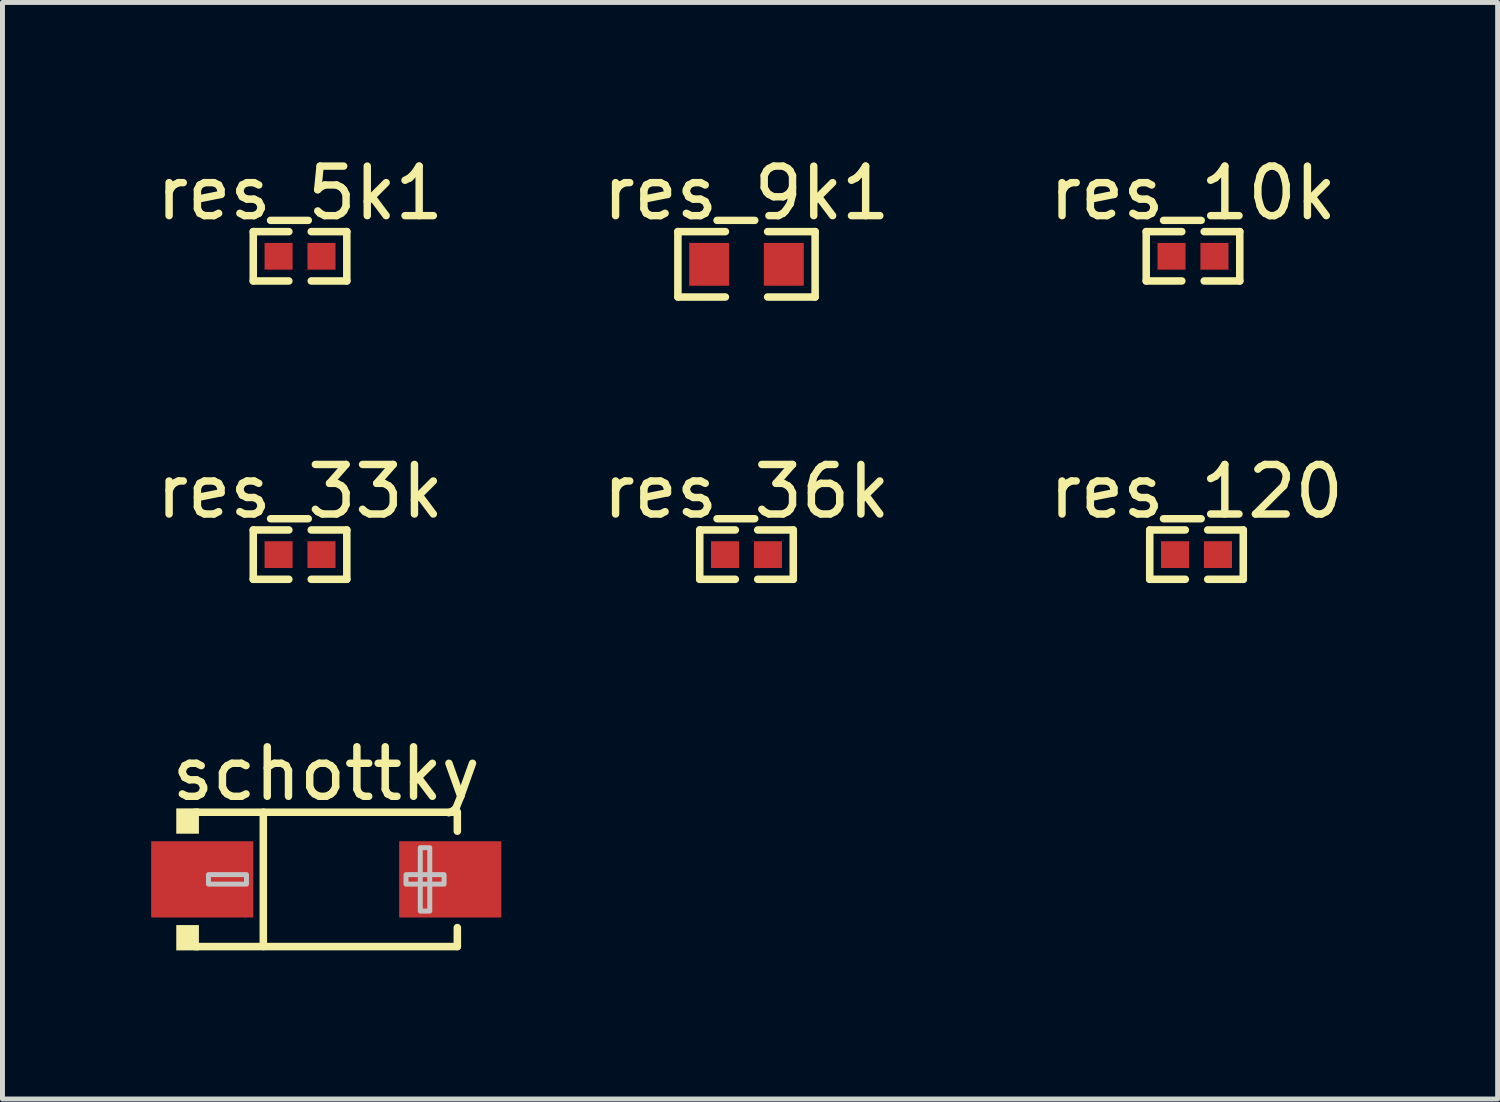
<source format=kicad_pcb>
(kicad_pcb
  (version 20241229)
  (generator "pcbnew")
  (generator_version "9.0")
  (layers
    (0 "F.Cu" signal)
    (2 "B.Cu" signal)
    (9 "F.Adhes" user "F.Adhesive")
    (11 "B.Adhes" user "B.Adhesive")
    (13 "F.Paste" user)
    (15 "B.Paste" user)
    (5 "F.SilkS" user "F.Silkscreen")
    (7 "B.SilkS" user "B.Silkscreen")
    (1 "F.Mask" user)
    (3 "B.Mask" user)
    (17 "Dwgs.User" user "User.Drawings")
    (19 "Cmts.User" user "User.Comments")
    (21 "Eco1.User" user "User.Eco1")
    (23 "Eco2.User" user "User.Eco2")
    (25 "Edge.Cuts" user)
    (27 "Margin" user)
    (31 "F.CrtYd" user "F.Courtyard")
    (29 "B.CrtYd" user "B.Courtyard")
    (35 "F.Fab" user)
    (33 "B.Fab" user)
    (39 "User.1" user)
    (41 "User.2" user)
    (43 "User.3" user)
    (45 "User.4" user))
  (footprint "res_5k1"
    (layer "F.Cu")
    (at 3.006 2.123)
    (property "Reference" "res_5k1" (at 0 -1.275 0) (layer "F.SilkS") (effects (font (size 1 1) (thickness 0.15))))
    (fp_line (start -0.944 -0.498) (end -0.226 -0.498) (stroke (width 0.152) (type default)) (layer "F.SilkS"))
    (fp_line (start -0.944 0.498) (end -0.944 -0.498) (stroke (width 0.152) (type default)) (layer "F.SilkS"))
    (fp_line (start -0.226 0.498) (end -0.944 0.498) (stroke (width 0.152) (type default)) (layer "F.SilkS"))
    (fp_line (start 0.226 0.498) (end 0.944 0.498) (stroke (width 0.152) (type default)) (layer "F.SilkS"))
    (fp_line (start 0.944 -0.498) (end 0.226 -0.498) (stroke (width 0.152) (type default)) (layer "F.SilkS"))
    (fp_line (start 0.944 0.498) (end 0.944 -0.498) (stroke (width 0.152) (type default)) (layer "F.SilkS"))
    (fp_poly (pts (xy -0.135 0.23) (xy -0.135 -0.23) (xy -0.175 -0.27) (xy -0.675 -0.27) (xy -0.716 -0.23) (xy -0.716 0.23) (xy -0.675 0.27) (xy -0.175 0.27)) (stroke (width 0) (type default)) (fill yes) (layer "F.Paste"))
    (fp_poly (pts (xy 0.135 0.23) (xy 0.135 -0.23) (xy 0.175 -0.27) (xy 0.675 -0.27) (xy 0.716 -0.23) (xy 0.716 0.23) (xy 0.675 0.27) (xy 0.175 0.27)) (stroke (width 0) (type default)) (fill yes) (layer "F.Paste"))
    (fp_poly (pts (xy -0.249 -0.25) (xy -0.249 0.25) (xy -0.499 0.25) (xy -0.499 -0.25)) (stroke (width 0.1) (type default)) (fill no) (layer "User.1"))
    (fp_poly (pts (xy 0.252 0.25) (xy 0.252 -0.25) (xy 0.501 -0.25) (xy 0.501 0.25)) (stroke (width 0.1) (type default)) (fill no) (layer "User.1"))
    (fp_line (start -0.5 -0.25) (end 0.5 -0.25) (stroke (width 0.051) (type default)) (layer "User.2"))
    (fp_line (start -0.5 0.25) (end -0.5 -0.25) (stroke (width 0.051) (type default)) (layer "User.2"))
    (fp_line (start 0.5 -0.25) (end 0.5 0.25) (stroke (width 0.051) (type default)) (layer "User.2"))
    (fp_line (start 0.5 0.25) (end -0.5 0.25) (stroke (width 0.051) (type default)) (layer "User.2"))
    (fp_poly (pts (xy -0.445 0.227) (xy -0.477 0.195) (xy -0.523 0.195) (xy -0.555 0.227) (xy -0.555 0.273) (xy -0.523 0.305) (xy -0.477 0.305) (xy -0.445 0.273)) (stroke (width 0.1) (type default)) (fill no) (layer "User.3"))
    (pad "1" smd rect (at -0.433 0) (size 0.566 0.54) (layers "F.Cu" "F.Mask" "F.Paste"))
    (pad "2" smd rect (at 0.433 0) (size 0.566 0.54) (layers "F.Cu" "F.Mask" "F.Paste")))
  (footprint "res_33k"
    (layer "F.Cu")
    (at 3.006 8.145)
    (property "Reference" "res_33k" (at 0 -1.275 0) (layer "F.SilkS") (effects (font (size 1 1) (thickness 0.15))))
    (fp_line (start -0.944 -0.498) (end -0.226 -0.498) (stroke (width 0.152) (type default)) (layer "F.SilkS"))
    (fp_line (start -0.944 0.498) (end -0.944 -0.498) (stroke (width 0.152) (type default)) (layer "F.SilkS"))
    (fp_line (start -0.226 0.498) (end -0.944 0.498) (stroke (width 0.152) (type default)) (layer "F.SilkS"))
    (fp_line (start 0.226 0.498) (end 0.944 0.498) (stroke (width 0.152) (type default)) (layer "F.SilkS"))
    (fp_line (start 0.944 -0.498) (end 0.226 -0.498) (stroke (width 0.152) (type default)) (layer "F.SilkS"))
    (fp_line (start 0.944 0.498) (end 0.944 -0.498) (stroke (width 0.152) (type default)) (layer "F.SilkS"))
    (fp_poly (pts (xy -0.135 0.23) (xy -0.135 -0.23) (xy -0.175 -0.27) (xy -0.675 -0.27) (xy -0.716 -0.23) (xy -0.716 0.23) (xy -0.675 0.27) (xy -0.175 0.27)) (stroke (width 0) (type default)) (fill yes) (layer "F.Paste"))
    (fp_poly (pts (xy 0.135 0.23) (xy 0.135 -0.23) (xy 0.175 -0.27) (xy 0.675 -0.27) (xy 0.716 -0.23) (xy 0.716 0.23) (xy 0.675 0.27) (xy 0.175 0.27)) (stroke (width 0) (type default)) (fill yes) (layer "F.Paste"))
    (fp_poly (pts (xy -0.249 -0.25) (xy -0.249 0.25) (xy -0.499 0.25) (xy -0.499 -0.25)) (stroke (width 0.1) (type default)) (fill no) (layer "User.1"))
    (fp_poly (pts (xy 0.252 0.25) (xy 0.252 -0.25) (xy 0.501 -0.25) (xy 0.501 0.25)) (stroke (width 0.1) (type default)) (fill no) (layer "User.1"))
    (fp_line (start -0.5 -0.25) (end 0.5 -0.25) (stroke (width 0.051) (type default)) (layer "User.2"))
    (fp_line (start -0.5 0.25) (end -0.5 -0.25) (stroke (width 0.051) (type default)) (layer "User.2"))
    (fp_line (start 0.5 -0.25) (end 0.5 0.25) (stroke (width 0.051) (type default)) (layer "User.2"))
    (fp_line (start 0.5 0.25) (end -0.5 0.25) (stroke (width 0.051) (type default)) (layer "User.2"))
    (fp_poly (pts (xy -0.445 0.227) (xy -0.477 0.195) (xy -0.523 0.195) (xy -0.555 0.227) (xy -0.555 0.273) (xy -0.523 0.305) (xy -0.477 0.305) (xy -0.445 0.273)) (stroke (width 0.1) (type default)) (fill no) (layer "User.3"))
    (pad "1" smd rect (at -0.433 0) (size 0.566 0.54) (layers "F.Cu" "F.Mask" "F.Paste"))
    (pad "2" smd rect (at 0.433 0) (size 0.566 0.54) (layers "F.Cu" "F.Mask" "F.Paste")))
  (footprint "res_9k1"
    (layer "F.Cu")
    (at 12.018 2.285)
    (property "Reference" "res_9k1" (at 0 -1.437 0) (layer "F.SilkS") (effects (font (size 1 1) (thickness 0.15))))
    (fp_line (start -1.385 -0.66) (end -0.426 -0.66) (stroke (width 0.152) (type default)) (layer "F.SilkS"))
    (fp_line (start -1.385 0.66) (end -1.385 -0.66) (stroke (width 0.152) (type default)) (layer "F.SilkS"))
    (fp_line (start -0.426 0.66) (end -1.385 0.66) (stroke (width 0.152) (type default)) (layer "F.SilkS"))
    (fp_line (start 0.426 0.66) (end 1.385 0.66) (stroke (width 0.152) (type default)) (layer "F.SilkS"))
    (fp_line (start 1.385 -0.66) (end 0.426 -0.66) (stroke (width 0.152) (type default)) (layer "F.SilkS"))
    (fp_line (start 1.385 0.66) (end 1.385 -0.66) (stroke (width 0.152) (type default)) (layer "F.SilkS"))
    (fp_poly (pts (xy -1.195 0.45) (xy -0.395 0.45) (xy -0.345 0.4) (xy -0.345 0.172) (xy -0.715 0.172) (xy -0.715 -0.158) (xy -0.345 -0.158) (xy -0.345 -0.4) (xy -0.395 -0.45) (xy -1.195 -0.45) (xy -1.245 -0.4) (xy -1.245 0.4)) (stroke (width 0) (type default)) (fill yes) (layer "F.Paste"))
    (fp_poly (pts (xy 1.195 -0.45) (xy 0.395 -0.45) (xy 0.345 -0.4) (xy 0.345 -0.172) (xy 0.715 -0.172) (xy 0.715 0.158) (xy 0.345 0.158) (xy 0.345 0.4) (xy 0.395 0.45) (xy 1.195 0.45) (xy 1.245 0.4) (xy 1.245 -0.4)) (stroke (width 0) (type default)) (fill yes) (layer "F.Paste"))
    (fp_poly (pts (xy -0.8 0.4) (xy -0.8 -0.4) (xy -0.5 -0.4) (xy -0.5 0.4)) (stroke (width 0.1) (type default)) (fill no) (layer "User.1"))
    (fp_poly (pts (xy 0.8 0.4) (xy 0.8 -0.4) (xy 0.5 -0.4) (xy 0.5 0.4)) (stroke (width 0.1) (type default)) (fill no) (layer "User.1"))
    (fp_line (start -0.8 -0.4) (end 0.8 -0.4) (stroke (width 0.051) (type default)) (layer "User.2"))
    (fp_line (start -0.8 0.4) (end -0.8 -0.4) (stroke (width 0.051) (type default)) (layer "User.2"))
    (fp_line (start 0.8 -0.4) (end 0.8 0.4) (stroke (width 0.051) (type default)) (layer "User.2"))
    (fp_line (start 0.8 0.4) (end -0.8 0.4) (stroke (width 0.051) (type default)) (layer "User.2"))
    (fp_poly (pts (xy -0.745 0.377) (xy -0.777 0.345) (xy -0.823 0.345) (xy -0.855 0.377) (xy -0.855 0.423) (xy -0.823 0.455) (xy -0.777 0.455) (xy -0.745 0.423)) (stroke (width 0.1) (type default)) (fill no) (layer "User.3"))
    (pad "1" smd rect (at -0.753 0) (size 0.806 0.864) (layers "F.Cu" "F.Mask" "F.Paste"))
    (pad "2" smd rect (at 0.753 0) (size 0.806 0.864) (layers "F.Cu" "F.Mask" "F.Paste")))
  (footprint "res_10k"
    (layer "F.Cu")
    (at 21.03 2.123)
    (property "Reference" "res_10k" (at 0 -1.275 0) (layer "F.SilkS") (effects (font (size 1 1) (thickness 0.15))))
    (fp_line (start -0.944 -0.498) (end -0.226 -0.498) (stroke (width 0.152) (type default)) (layer "F.SilkS"))
    (fp_line (start -0.944 0.498) (end -0.944 -0.498) (stroke (width 0.152) (type default)) (layer "F.SilkS"))
    (fp_line (start -0.226 0.498) (end -0.944 0.498) (stroke (width 0.152) (type default)) (layer "F.SilkS"))
    (fp_line (start 0.226 0.498) (end 0.944 0.498) (stroke (width 0.152) (type default)) (layer "F.SilkS"))
    (fp_line (start 0.944 -0.498) (end 0.226 -0.498) (stroke (width 0.152) (type default)) (layer "F.SilkS"))
    (fp_line (start 0.944 0.498) (end 0.944 -0.498) (stroke (width 0.152) (type default)) (layer "F.SilkS"))
    (fp_poly (pts (xy -0.135 0.23) (xy -0.135 -0.23) (xy -0.175 -0.27) (xy -0.675 -0.27) (xy -0.716 -0.23) (xy -0.716 0.23) (xy -0.675 0.27) (xy -0.175 0.27)) (stroke (width 0) (type default)) (fill yes) (layer "F.Paste"))
    (fp_poly (pts (xy 0.135 0.23) (xy 0.135 -0.23) (xy 0.175 -0.27) (xy 0.675 -0.27) (xy 0.716 -0.23) (xy 0.716 0.23) (xy 0.675 0.27) (xy 0.175 0.27)) (stroke (width 0) (type default)) (fill yes) (layer "F.Paste"))
    (fp_poly (pts (xy -0.249 -0.25) (xy -0.249 0.25) (xy -0.499 0.25) (xy -0.499 -0.25)) (stroke (width 0.1) (type default)) (fill no) (layer "User.1"))
    (fp_poly (pts (xy 0.252 0.25) (xy 0.252 -0.25) (xy 0.501 -0.25) (xy 0.501 0.25)) (stroke (width 0.1) (type default)) (fill no) (layer "User.1"))
    (fp_line (start -0.5 -0.25) (end 0.5 -0.25) (stroke (width 0.051) (type default)) (layer "User.2"))
    (fp_line (start -0.5 0.25) (end -0.5 -0.25) (stroke (width 0.051) (type default)) (layer "User.2"))
    (fp_line (start 0.5 -0.25) (end 0.5 0.25) (stroke (width 0.051) (type default)) (layer "User.2"))
    (fp_line (start 0.5 0.25) (end -0.5 0.25) (stroke (width 0.051) (type default)) (layer "User.2"))
    (fp_poly (pts (xy -0.445 0.227) (xy -0.477 0.195) (xy -0.523 0.195) (xy -0.555 0.227) (xy -0.555 0.273) (xy -0.523 0.305) (xy -0.477 0.305) (xy -0.445 0.273)) (stroke (width 0.1) (type default)) (fill no) (layer "User.3"))
    (pad "1" smd rect (at -0.433 0) (size 0.566 0.54) (layers "F.Cu" "F.Mask" "F.Paste"))
    (pad "2" smd rect (at 0.433 0) (size 0.566 0.54) (layers "F.Cu" "F.Mask" "F.Paste")))
  (footprint "schottky"
    (layer "F.Cu")
    (at 3.535 14.7)
    (property "Reference" "schottky" (at 0 -2.132 0) (layer "F.SilkS") (effects (font (size 1 1) (thickness 0.15))))
    (fp_line (start -2.646 -1.356) (end 2.646 -1.356) (stroke (width 0.152) (type default)) (layer "F.SilkS"))
    (fp_line (start -2.646 1.356) (end 2.646 1.356) (stroke (width 0.152) (type default)) (layer "F.SilkS"))
    (fp_line (start -1.27 -1.356) (end -1.27 1.356) (stroke (width 0.152) (type default)) (layer "F.SilkS"))
    (fp_line (start 2.646 -1.356) (end 2.646 -0.973) (stroke (width 0.152) (type default)) (layer "F.SilkS"))
    (fp_line (start 2.646 1.356) (end 2.646 0.973) (stroke (width 0.152) (type default)) (layer "F.SilkS"))
    (fp_poly (pts (xy -2.57 -1.433) (xy -2.57 -0.922) (xy -3.027 -0.922) (xy -3.027 -1.433)) (stroke (width 0) (type default)) (fill yes) (layer "F.SilkS"))
    (fp_poly (pts (xy -2.57 1.433) (xy -2.57 0.922) (xy -3.027 0.922) (xy -3.027 1.433)) (stroke (width 0) (type default)) (fill yes) (layer "F.SilkS"))
    (fp_poly (pts (xy -2.378 0.096) (xy -2.378 -0.096) (xy -1.61 -0.096) (xy -1.61 0.096)) (stroke (width 0.1) (type default)) (fill no) (layer "Dwgs.User"))
    (fp_poly (pts (xy 2.09 0.64) (xy 2.09 -0.64) (xy 1.898 -0.64) (xy 1.898 0.64)) (stroke (width 0.1) (type default)) (fill no) (layer "Dwgs.User"))
    (fp_poly (pts (xy 2.378 0.096) (xy 2.378 -0.096) (xy 1.61 -0.096) (xy 1.61 0.096)) (stroke (width 0.1) (type default)) (fill no) (layer "Dwgs.User"))
    (fp_poly (pts (xy -2.8 0.713) (xy -2.8 -0.713) (xy -1.645 -0.713) (xy -1.645 0.713)) (stroke (width 0.1) (type default)) (fill no) (layer "User.1"))
    (fp_poly (pts (xy 2.8 0.713) (xy 2.8 -0.713) (xy 1.645 -0.713) (xy 1.645 0.713)) (stroke (width 0.1) (type default)) (fill no) (layer "User.1"))
    (fp_line (start -2.57 -1.28) (end 2.57 -1.28) (stroke (width 0.051) (type default)) (layer "User.2"))
    (fp_line (start -2.57 1.28) (end -2.57 -1.28) (stroke (width 0.051) (type default)) (layer "User.2"))
    (fp_line (start 2.57 -1.28) (end 2.57 1.28) (stroke (width 0.051) (type default)) (layer "User.2"))
    (fp_line (start 2.57 1.28) (end -2.57 1.28) (stroke (width 0.051) (type default)) (layer "User.2"))
    (fp_poly (pts (xy -2.745 1.257) (xy -2.777 1.225) (xy -2.823 1.225) (xy -2.855 1.257) (xy -2.855 1.303) (xy -2.823 1.335) (xy -2.777 1.335) (xy -2.745 1.303)) (stroke (width 0.1) (type default)) (fill no) (layer "User.3"))
    (pad "1" smd rect (at -2.503 0) (size 2.062 1.539) (layers "F.Cu" "F.Mask" "F.Paste"))
    (pad "2" smd rect (at 2.503 0) (size 2.062 1.539) (layers "F.Cu" "F.Mask" "F.Paste")))
  (footprint "res_120"
    (layer "F.Cu")
    (at 21.101 8.145)
    (property "Reference" "res_120" (at 0 -1.275 0) (layer "F.SilkS") (effects (font (size 1 1) (thickness 0.15))))
    (fp_line (start -0.944 -0.498) (end -0.226 -0.498) (stroke (width 0.152) (type default)) (layer "F.SilkS"))
    (fp_line (start -0.944 0.498) (end -0.944 -0.498) (stroke (width 0.152) (type default)) (layer "F.SilkS"))
    (fp_line (start -0.226 0.498) (end -0.944 0.498) (stroke (width 0.152) (type default)) (layer "F.SilkS"))
    (fp_line (start 0.226 0.498) (end 0.944 0.498) (stroke (width 0.152) (type default)) (layer "F.SilkS"))
    (fp_line (start 0.944 -0.498) (end 0.226 -0.498) (stroke (width 0.152) (type default)) (layer "F.SilkS"))
    (fp_line (start 0.944 0.498) (end 0.944 -0.498) (stroke (width 0.152) (type default)) (layer "F.SilkS"))
    (fp_poly (pts (xy -0.135 0.23) (xy -0.135 -0.23) (xy -0.175 -0.27) (xy -0.675 -0.27) (xy -0.716 -0.23) (xy -0.716 0.23) (xy -0.675 0.27) (xy -0.175 0.27)) (stroke (width 0) (type default)) (fill yes) (layer "F.Paste"))
    (fp_poly (pts (xy 0.135 0.23) (xy 0.135 -0.23) (xy 0.175 -0.27) (xy 0.675 -0.27) (xy 0.716 -0.23) (xy 0.716 0.23) (xy 0.675 0.27) (xy 0.175 0.27)) (stroke (width 0) (type default)) (fill yes) (layer "F.Paste"))
    (fp_poly (pts (xy -0.249 -0.25) (xy -0.249 0.25) (xy -0.499 0.25) (xy -0.499 -0.25)) (stroke (width 0.1) (type default)) (fill no) (layer "User.1"))
    (fp_poly (pts (xy 0.252 0.25) (xy 0.252 -0.25) (xy 0.501 -0.25) (xy 0.501 0.25)) (stroke (width 0.1) (type default)) (fill no) (layer "User.1"))
    (fp_line (start -0.5 -0.25) (end 0.5 -0.25) (stroke (width 0.051) (type default)) (layer "User.2"))
    (fp_line (start -0.5 0.25) (end -0.5 -0.25) (stroke (width 0.051) (type default)) (layer "User.2"))
    (fp_line (start 0.5 -0.25) (end 0.5 0.25) (stroke (width 0.051) (type default)) (layer "User.2"))
    (fp_line (start 0.5 0.25) (end -0.5 0.25) (stroke (width 0.051) (type default)) (layer "User.2"))
    (fp_poly (pts (xy -0.445 0.227) (xy -0.477 0.195) (xy -0.523 0.195) (xy -0.555 0.227) (xy -0.555 0.273) (xy -0.523 0.305) (xy -0.477 0.305) (xy -0.445 0.273)) (stroke (width 0.1) (type default)) (fill no) (layer "User.3"))
    (pad "1" smd rect (at -0.433 0) (size 0.566 0.54) (layers "F.Cu" "F.Mask" "F.Paste"))
    (pad "2" smd rect (at 0.433 0) (size 0.566 0.54) (layers "F.Cu" "F.Mask" "F.Paste")))
  (footprint "res_36k"
    (layer "F.Cu")
    (at 12.018 8.145)
    (property "Reference" "res_36k" (at 0 -1.275 0) (layer "F.SilkS") (effects (font (size 1 1) (thickness 0.15))))
    (fp_line (start -0.944 -0.498) (end -0.226 -0.498) (stroke (width 0.152) (type default)) (layer "F.SilkS"))
    (fp_line (start -0.944 0.498) (end -0.944 -0.498) (stroke (width 0.152) (type default)) (layer "F.SilkS"))
    (fp_line (start -0.226 0.498) (end -0.944 0.498) (stroke (width 0.152) (type default)) (layer "F.SilkS"))
    (fp_line (start 0.226 0.498) (end 0.944 0.498) (stroke (width 0.152) (type default)) (layer "F.SilkS"))
    (fp_line (start 0.944 -0.498) (end 0.226 -0.498) (stroke (width 0.152) (type default)) (layer "F.SilkS"))
    (fp_line (start 0.944 0.498) (end 0.944 -0.498) (stroke (width 0.152) (type default)) (layer "F.SilkS"))
    (fp_poly (pts (xy -0.135 0.23) (xy -0.135 -0.23) (xy -0.175 -0.27) (xy -0.675 -0.27) (xy -0.716 -0.23) (xy -0.716 0.23) (xy -0.675 0.27) (xy -0.175 0.27)) (stroke (width 0) (type default)) (fill yes) (layer "F.Paste"))
    (fp_poly (pts (xy 0.135 0.23) (xy 0.135 -0.23) (xy 0.175 -0.27) (xy 0.675 -0.27) (xy 0.716 -0.23) (xy 0.716 0.23) (xy 0.675 0.27) (xy 0.175 0.27)) (stroke (width 0) (type default)) (fill yes) (layer "F.Paste"))
    (fp_poly (pts (xy -0.249 -0.25) (xy -0.249 0.25) (xy -0.499 0.25) (xy -0.499 -0.25)) (stroke (width 0.1) (type default)) (fill no) (layer "User.1"))
    (fp_poly (pts (xy 0.252 0.25) (xy 0.252 -0.25) (xy 0.501 -0.25) (xy 0.501 0.25)) (stroke (width 0.1) (type default)) (fill no) (layer "User.1"))
    (fp_line (start -0.5 -0.25) (end 0.5 -0.25) (stroke (width 0.051) (type default)) (layer "User.2"))
    (fp_line (start -0.5 0.25) (end -0.5 -0.25) (stroke (width 0.051) (type default)) (layer "User.2"))
    (fp_line (start 0.5 -0.25) (end 0.5 0.25) (stroke (width 0.051) (type default)) (layer "User.2"))
    (fp_line (start 0.5 0.25) (end -0.5 0.25) (stroke (width 0.051) (type default)) (layer "User.2"))
    (fp_poly (pts (xy -0.445 0.227) (xy -0.477 0.195) (xy -0.523 0.195) (xy -0.555 0.227) (xy -0.555 0.273) (xy -0.523 0.305) (xy -0.477 0.305) (xy -0.445 0.273)) (stroke (width 0.1) (type default)) (fill no) (layer "User.3"))
    (pad "1" smd rect (at -0.433 0) (size 0.566 0.54) (layers "F.Cu" "F.Mask" "F.Paste"))
    (pad "2" smd rect (at 0.433 0) (size 0.566 0.54) (layers "F.Cu" "F.Mask" "F.Paste")))
  (gr_rect
    (start -3 -3)
    (end 27.179 19.133)
    (stroke (width 0.1) (type default))
    (fill no)
    (layer "Edge.Cuts")))
</source>
